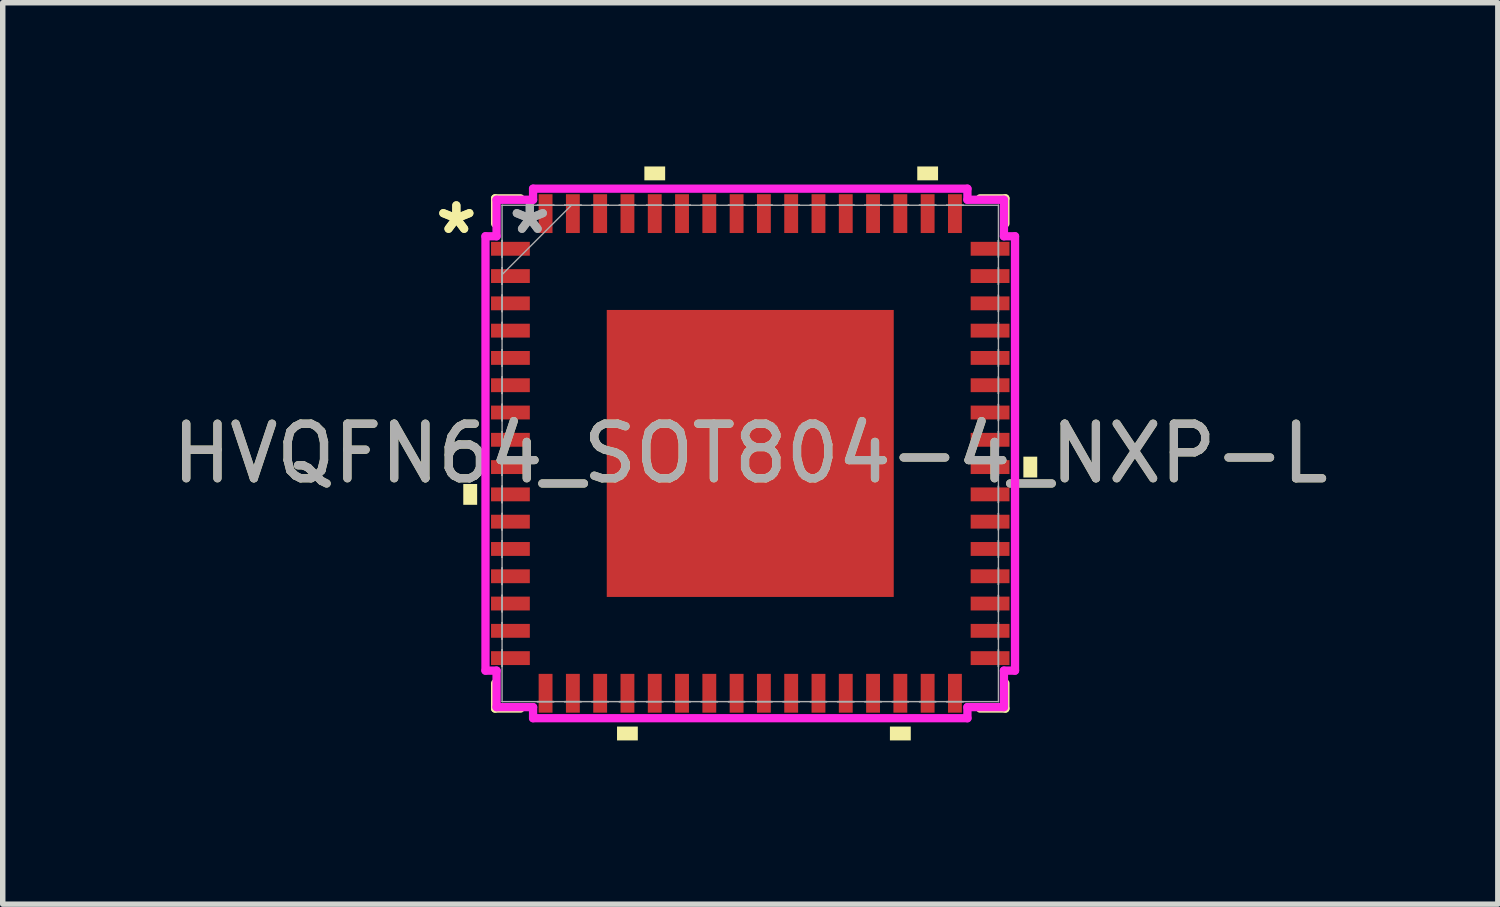
<source format=kicad_pcb>
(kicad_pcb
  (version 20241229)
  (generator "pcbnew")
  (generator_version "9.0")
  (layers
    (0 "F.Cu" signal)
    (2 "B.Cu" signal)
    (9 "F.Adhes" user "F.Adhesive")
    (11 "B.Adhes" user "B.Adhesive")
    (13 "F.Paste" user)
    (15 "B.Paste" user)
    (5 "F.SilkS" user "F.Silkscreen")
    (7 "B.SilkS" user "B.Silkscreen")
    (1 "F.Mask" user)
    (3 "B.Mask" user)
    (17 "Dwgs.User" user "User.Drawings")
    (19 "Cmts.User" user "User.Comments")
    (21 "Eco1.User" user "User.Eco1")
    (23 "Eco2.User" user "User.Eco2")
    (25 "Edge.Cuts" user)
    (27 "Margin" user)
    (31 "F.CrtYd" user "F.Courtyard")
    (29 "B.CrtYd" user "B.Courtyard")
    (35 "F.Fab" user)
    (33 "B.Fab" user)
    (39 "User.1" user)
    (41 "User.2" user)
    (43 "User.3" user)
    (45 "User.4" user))
  (footprint "HVQFN64_SOT804-4_NXP-L"
    (layer "F.Cu")
    (at 10.696 5.258)
    (property "Reference" "HVQFN64_SOT804-4_NXP-L" (at 0 0 0) (unlocked yes) (layer "F.SilkS") (effects (font (size 1 1) (thickness 0.15))))
    (attr smd)
    (fp_line (start -4.674 -4.674) (end -4.674 -4.21) (stroke (width 0.152) (type solid)) (layer "F.SilkS"))
    (fp_line (start -4.674 4.21) (end -4.674 4.674) (stroke (width 0.152) (type solid)) (layer "F.SilkS"))
    (fp_line (start -4.674 4.674) (end -4.21 4.674) (stroke (width 0.152) (type solid)) (layer "F.SilkS"))
    (fp_line (start -4.21 -4.674) (end -4.674 -4.674) (stroke (width 0.152) (type solid)) (layer "F.SilkS"))
    (fp_line (start 4.21 4.674) (end 4.674 4.674) (stroke (width 0.152) (type solid)) (layer "F.SilkS"))
    (fp_line (start 4.674 -4.674) (end 4.21 -4.674) (stroke (width 0.152) (type solid)) (layer "F.SilkS"))
    (fp_line (start 4.674 -4.21) (end 4.674 -4.674) (stroke (width 0.152) (type solid)) (layer "F.SilkS"))
    (fp_line (start 4.674 4.674) (end 4.674 4.21) (stroke (width 0.152) (type solid)) (layer "F.SilkS"))
    (fp_poly (pts (xy -5.258 0.56) (xy -5.258 0.941) (xy -5.004 0.941) (xy -5.004 0.56)) (stroke (width 0) (type solid)) (fill yes) (layer "F.SilkS"))
    (fp_poly (pts (xy -2.441 5.004) (xy -2.441 5.258) (xy -2.06 5.258) (xy -2.06 5.004)) (stroke (width 0) (type solid)) (fill yes) (layer "F.SilkS"))
    (fp_poly (pts (xy -1.94 -5.004) (xy -1.94 -5.258) (xy -1.559 -5.258) (xy -1.559 -5.004)) (stroke (width 0) (type solid)) (fill yes) (layer "F.SilkS"))
    (fp_poly (pts (xy 2.559 5.004) (xy 2.559 5.258) (xy 2.941 5.258) (xy 2.941 5.004)) (stroke (width 0) (type solid)) (fill yes) (layer "F.SilkS"))
    (fp_poly (pts (xy 3.06 -5.004) (xy 3.06 -5.258) (xy 3.441 -5.258) (xy 3.441 -5.004)) (stroke (width 0) (type solid)) (fill yes) (layer "F.SilkS"))
    (fp_poly (pts (xy 5.258 0.059) (xy 5.258 0.441) (xy 5.004 0.441) (xy 5.004 0.059)) (stroke (width 0) (type solid)) (fill yes) (layer "F.SilkS"))
    (fp_poly (pts (xy -2.529 -2.529) (xy -2.529 -1.414) (xy -1.414 -1.414) (xy -1.414 -2.529)) (stroke (width 0) (type solid)) (fill yes) (layer "F.Paste"))
    (fp_poly (pts (xy -2.529 -1.214) (xy -2.529 -0.1) (xy -1.414 -0.1) (xy -1.414 -1.214)) (stroke (width 0) (type solid)) (fill yes) (layer "F.Paste"))
    (fp_poly (pts (xy -2.529 0.1) (xy -2.529 1.214) (xy -1.414 1.214) (xy -1.414 0.1)) (stroke (width 0) (type solid)) (fill yes) (layer "F.Paste"))
    (fp_poly (pts (xy -2.529 1.414) (xy -2.529 2.529) (xy -1.414 2.529) (xy -1.414 1.414)) (stroke (width 0) (type solid)) (fill yes) (layer "F.Paste"))
    (fp_poly (pts (xy -1.214 -2.529) (xy -1.214 -1.414) (xy -0.1 -1.414) (xy -0.1 -2.529)) (stroke (width 0) (type solid)) (fill yes) (layer "F.Paste"))
    (fp_poly (pts (xy -1.214 -1.214) (xy -1.214 -0.1) (xy -0.1 -0.1) (xy -0.1 -1.214)) (stroke (width 0) (type solid)) (fill yes) (layer "F.Paste"))
    (fp_poly (pts (xy -1.214 0.1) (xy -1.214 1.214) (xy -0.1 1.214) (xy -0.1 0.1)) (stroke (width 0) (type solid)) (fill yes) (layer "F.Paste"))
    (fp_poly (pts (xy -1.214 1.414) (xy -1.214 2.529) (xy -0.1 2.529) (xy -0.1 1.414)) (stroke (width 0) (type solid)) (fill yes) (layer "F.Paste"))
    (fp_poly (pts (xy 0.1 -2.529) (xy 0.1 -1.414) (xy 1.214 -1.414) (xy 1.214 -2.529)) (stroke (width 0) (type solid)) (fill yes) (layer "F.Paste"))
    (fp_poly (pts (xy 0.1 -1.214) (xy 0.1 -0.1) (xy 1.214 -0.1) (xy 1.214 -1.214)) (stroke (width 0) (type solid)) (fill yes) (layer "F.Paste"))
    (fp_poly (pts (xy 0.1 0.1) (xy 0.1 1.214) (xy 1.214 1.214) (xy 1.214 0.1)) (stroke (width 0) (type solid)) (fill yes) (layer "F.Paste"))
    (fp_poly (pts (xy 0.1 1.414) (xy 0.1 2.529) (xy 1.214 2.529) (xy 1.214 1.414)) (stroke (width 0) (type solid)) (fill yes) (layer "F.Paste"))
    (fp_poly (pts (xy 1.414 -2.529) (xy 1.414 -1.414) (xy 2.529 -1.414) (xy 2.529 -2.529)) (stroke (width 0) (type solid)) (fill yes) (layer "F.Paste"))
    (fp_poly (pts (xy 1.414 -1.214) (xy 1.414 -0.1) (xy 2.529 -0.1) (xy 2.529 -1.214)) (stroke (width 0) (type solid)) (fill yes) (layer "F.Paste"))
    (fp_poly (pts (xy 1.414 0.1) (xy 1.414 1.214) (xy 2.529 1.214) (xy 2.529 0.1)) (stroke (width 0) (type solid)) (fill yes) (layer "F.Paste"))
    (fp_poly (pts (xy 1.414 1.414) (xy 1.414 2.529) (xy 2.529 2.529) (xy 2.529 1.414)) (stroke (width 0) (type solid)) (fill yes) (layer "F.Paste"))
    (fp_line (start -4.851 -3.979) (end -4.648 -3.979) (stroke (width 0.152) (type solid)) (layer "F.CrtYd"))
    (fp_line (start -4.851 3.979) (end -4.851 -3.979) (stroke (width 0.152) (type solid)) (layer "F.CrtYd"))
    (fp_line (start -4.648 -4.648) (end -3.979 -4.648) (stroke (width 0.152) (type solid)) (layer "F.CrtYd"))
    (fp_line (start -4.648 -3.979) (end -4.648 -4.648) (stroke (width 0.152) (type solid)) (layer "F.CrtYd"))
    (fp_line (start -4.648 3.979) (end -4.851 3.979) (stroke (width 0.152) (type solid)) (layer "F.CrtYd"))
    (fp_line (start -4.648 4.648) (end -4.648 3.979) (stroke (width 0.152) (type solid)) (layer "F.CrtYd"))
    (fp_line (start -3.979 -4.851) (end 3.979 -4.851) (stroke (width 0.152) (type solid)) (layer "F.CrtYd"))
    (fp_line (start -3.979 -4.648) (end -3.979 -4.851) (stroke (width 0.152) (type solid)) (layer "F.CrtYd"))
    (fp_line (start -3.979 4.648) (end -4.648 4.648) (stroke (width 0.152) (type solid)) (layer "F.CrtYd"))
    (fp_line (start -3.979 4.851) (end -3.979 4.648) (stroke (width 0.152) (type solid)) (layer "F.CrtYd"))
    (fp_line (start 3.979 -4.851) (end 3.979 -4.648) (stroke (width 0.152) (type solid)) (layer "F.CrtYd"))
    (fp_line (start 3.979 -4.648) (end 4.648 -4.648) (stroke (width 0.152) (type solid)) (layer "F.CrtYd"))
    (fp_line (start 3.979 4.648) (end 3.979 4.851) (stroke (width 0.152) (type solid)) (layer "F.CrtYd"))
    (fp_line (start 3.979 4.851) (end -3.979 4.851) (stroke (width 0.152) (type solid)) (layer "F.CrtYd"))
    (fp_line (start 4.648 -4.648) (end 4.648 -3.979) (stroke (width 0.152) (type solid)) (layer "F.CrtYd"))
    (fp_line (start 4.648 -3.979) (end 4.851 -3.979) (stroke (width 0.152) (type solid)) (layer "F.CrtYd"))
    (fp_line (start 4.648 3.979) (end 4.648 4.648) (stroke (width 0.152) (type solid)) (layer "F.CrtYd"))
    (fp_line (start 4.648 4.648) (end 3.979 4.648) (stroke (width 0.152) (type solid)) (layer "F.CrtYd"))
    (fp_line (start 4.851 -3.979) (end 4.851 3.979) (stroke (width 0.152) (type solid)) (layer "F.CrtYd"))
    (fp_line (start 4.851 3.979) (end 4.648 3.979) (stroke (width 0.152) (type solid)) (layer "F.CrtYd"))
    (fp_line (start -4.547 -4.547) (end -4.547 -4.547) (stroke (width 0.025) (type solid)) (layer "F.Fab"))
    (fp_line (start -4.547 -4.547) (end -4.547 4.547) (stroke (width 0.025) (type solid)) (layer "F.Fab"))
    (fp_line (start -4.547 -3.902) (end -4.547 -3.902) (stroke (width 0.025) (type solid)) (layer "F.Fab"))
    (fp_line (start -4.547 -3.902) (end -4.547 -3.598) (stroke (width 0.025) (type solid)) (layer "F.Fab"))
    (fp_line (start -4.547 -3.598) (end -4.547 -3.902) (stroke (width 0.025) (type solid)) (layer "F.Fab"))
    (fp_line (start -4.547 -3.598) (end -4.547 -3.598) (stroke (width 0.025) (type solid)) (layer "F.Fab"))
    (fp_line (start -4.547 -3.402) (end -4.547 -3.402) (stroke (width 0.025) (type solid)) (layer "F.Fab"))
    (fp_line (start -4.547 -3.402) (end -4.547 -3.098) (stroke (width 0.025) (type solid)) (layer "F.Fab"))
    (fp_line (start -4.547 -3.277) (end -3.277 -4.547) (stroke (width 0.025) (type solid)) (layer "F.Fab"))
    (fp_line (start -4.547 -3.098) (end -4.547 -3.402) (stroke (width 0.025) (type solid)) (layer "F.Fab"))
    (fp_line (start -4.547 -3.098) (end -4.547 -3.098) (stroke (width 0.025) (type solid)) (layer "F.Fab"))
    (fp_line (start -4.547 -2.902) (end -4.547 -2.902) (stroke (width 0.025) (type solid)) (layer "F.Fab"))
    (fp_line (start -4.547 -2.902) (end -4.547 -2.598) (stroke (width 0.025) (type solid)) (layer "F.Fab"))
    (fp_line (start -4.547 -2.598) (end -4.547 -2.902) (stroke (width 0.025) (type solid)) (layer "F.Fab"))
    (fp_line (start -4.547 -2.598) (end -4.547 -2.598) (stroke (width 0.025) (type solid)) (layer "F.Fab"))
    (fp_line (start -4.547 -2.402) (end -4.547 -2.402) (stroke (width 0.025) (type solid)) (layer "F.Fab"))
    (fp_line (start -4.547 -2.402) (end -4.547 -2.098) (stroke (width 0.025) (type solid)) (layer "F.Fab"))
    (fp_line (start -4.547 -2.098) (end -4.547 -2.402) (stroke (width 0.025) (type solid)) (layer "F.Fab"))
    (fp_line (start -4.547 -2.098) (end -4.547 -2.098) (stroke (width 0.025) (type solid)) (layer "F.Fab"))
    (fp_line (start -4.547 -1.902) (end -4.547 -1.902) (stroke (width 0.025) (type solid)) (layer "F.Fab"))
    (fp_line (start -4.547 -1.902) (end -4.547 -1.598) (stroke (width 0.025) (type solid)) (layer "F.Fab"))
    (fp_line (start -4.547 -1.598) (end -4.547 -1.902) (stroke (width 0.025) (type solid)) (layer "F.Fab"))
    (fp_line (start -4.547 -1.598) (end -4.547 -1.598) (stroke (width 0.025) (type solid)) (layer "F.Fab"))
    (fp_line (start -4.547 -1.402) (end -4.547 -1.402) (stroke (width 0.025) (type solid)) (layer "F.Fab"))
    (fp_line (start -4.547 -1.402) (end -4.547 -1.098) (stroke (width 0.025) (type solid)) (layer "F.Fab"))
    (fp_line (start -4.547 -1.098) (end -4.547 -1.402) (stroke (width 0.025) (type solid)) (layer "F.Fab"))
    (fp_line (start -4.547 -1.098) (end -4.547 -1.098) (stroke (width 0.025) (type solid)) (layer "F.Fab"))
    (fp_line (start -4.547 -0.902) (end -4.547 -0.902) (stroke (width 0.025) (type solid)) (layer "F.Fab"))
    (fp_line (start -4.547 -0.902) (end -4.547 -0.598) (stroke (width 0.025) (type solid)) (layer "F.Fab"))
    (fp_line (start -4.547 -0.598) (end -4.547 -0.902) (stroke (width 0.025) (type solid)) (layer "F.Fab"))
    (fp_line (start -4.547 -0.598) (end -4.547 -0.598) (stroke (width 0.025) (type solid)) (layer "F.Fab"))
    (fp_line (start -4.547 -0.402) (end -4.547 -0.402) (stroke (width 0.025) (type solid)) (layer "F.Fab"))
    (fp_line (start -4.547 -0.402) (end -4.547 -0.098) (stroke (width 0.025) (type solid)) (layer "F.Fab"))
    (fp_line (start -4.547 -0.098) (end -4.547 -0.402) (stroke (width 0.025) (type solid)) (layer "F.Fab"))
    (fp_line (start -4.547 -0.098) (end -4.547 -0.098) (stroke (width 0.025) (type solid)) (layer "F.Fab"))
    (fp_line (start -4.547 0.098) (end -4.547 0.098) (stroke (width 0.025) (type solid)) (layer "F.Fab"))
    (fp_line (start -4.547 0.098) (end -4.547 0.402) (stroke (width 0.025) (type solid)) (layer "F.Fab"))
    (fp_line (start -4.547 0.402) (end -4.547 0.098) (stroke (width 0.025) (type solid)) (layer "F.Fab"))
    (fp_line (start -4.547 0.402) (end -4.547 0.402) (stroke (width 0.025) (type solid)) (layer "F.Fab"))
    (fp_line (start -4.547 0.598) (end -4.547 0.598) (stroke (width 0.025) (type solid)) (layer "F.Fab"))
    (fp_line (start -4.547 0.598) (end -4.547 0.902) (stroke (width 0.025) (type solid)) (layer "F.Fab"))
    (fp_line (start -4.547 0.902) (end -4.547 0.598) (stroke (width 0.025) (type solid)) (layer "F.Fab"))
    (fp_line (start -4.547 0.902) (end -4.547 0.902) (stroke (width 0.025) (type solid)) (layer "F.Fab"))
    (fp_line (start -4.547 1.098) (end -4.547 1.098) (stroke (width 0.025) (type solid)) (layer "F.Fab"))
    (fp_line (start -4.547 1.098) (end -4.547 1.402) (stroke (width 0.025) (type solid)) (layer "F.Fab"))
    (fp_line (start -4.547 1.402) (end -4.547 1.098) (stroke (width 0.025) (type solid)) (layer "F.Fab"))
    (fp_line (start -4.547 1.402) (end -4.547 1.402) (stroke (width 0.025) (type solid)) (layer "F.Fab"))
    (fp_line (start -4.547 1.598) (end -4.547 1.598) (stroke (width 0.025) (type solid)) (layer "F.Fab"))
    (fp_line (start -4.547 1.598) (end -4.547 1.902) (stroke (width 0.025) (type solid)) (layer "F.Fab"))
    (fp_line (start -4.547 1.902) (end -4.547 1.598) (stroke (width 0.025) (type solid)) (layer "F.Fab"))
    (fp_line (start -4.547 1.902) (end -4.547 1.902) (stroke (width 0.025) (type solid)) (layer "F.Fab"))
    (fp_line (start -4.547 2.098) (end -4.547 2.098) (stroke (width 0.025) (type solid)) (layer "F.Fab"))
    (fp_line (start -4.547 2.098) (end -4.547 2.402) (stroke (width 0.025) (type solid)) (layer "F.Fab"))
    (fp_line (start -4.547 2.402) (end -4.547 2.098) (stroke (width 0.025) (type solid)) (layer "F.Fab"))
    (fp_line (start -4.547 2.402) (end -4.547 2.402) (stroke (width 0.025) (type solid)) (layer "F.Fab"))
    (fp_line (start -4.547 2.598) (end -4.547 2.598) (stroke (width 0.025) (type solid)) (layer "F.Fab"))
    (fp_line (start -4.547 2.598) (end -4.547 2.902) (stroke (width 0.025) (type solid)) (layer "F.Fab"))
    (fp_line (start -4.547 2.902) (end -4.547 2.598) (stroke (width 0.025) (type solid)) (layer "F.Fab"))
    (fp_line (start -4.547 2.902) (end -4.547 2.902) (stroke (width 0.025) (type solid)) (layer "F.Fab"))
    (fp_line (start -4.547 3.098) (end -4.547 3.098) (stroke (width 0.025) (type solid)) (layer "F.Fab"))
    (fp_line (start -4.547 3.098) (end -4.547 3.402) (stroke (width 0.025) (type solid)) (layer "F.Fab"))
    (fp_line (start -4.547 3.402) (end -4.547 3.098) (stroke (width 0.025) (type solid)) (layer "F.Fab"))
    (fp_line (start -4.547 3.402) (end -4.547 3.402) (stroke (width 0.025) (type solid)) (layer "F.Fab"))
    (fp_line (start -4.547 3.598) (end -4.547 3.598) (stroke (width 0.025) (type solid)) (layer "F.Fab"))
    (fp_line (start -4.547 3.598) (end -4.547 3.902) (stroke (width 0.025) (type solid)) (layer "F.Fab"))
    (fp_line (start -4.547 3.902) (end -4.547 3.598) (stroke (width 0.025) (type solid)) (layer "F.Fab"))
    (fp_line (start -4.547 3.902) (end -4.547 3.902) (stroke (width 0.025) (type solid)) (layer "F.Fab"))
    (fp_line (start -4.547 4.547) (end -4.547 4.547) (stroke (width 0.025) (type solid)) (layer "F.Fab"))
    (fp_line (start -4.547 4.547) (end 4.547 4.547) (stroke (width 0.025) (type solid)) (layer "F.Fab"))
    (fp_line (start -3.902 -4.547) (end -3.902 -4.547) (stroke (width 0.025) (type solid)) (layer "F.Fab"))
    (fp_line (start -3.902 -4.547) (end -3.598 -4.547) (stroke (width 0.025) (type solid)) (layer "F.Fab"))
    (fp_line (start -3.902 4.547) (end -3.902 4.547) (stroke (width 0.025) (type solid)) (layer "F.Fab"))
    (fp_line (start -3.902 4.547) (end -3.598 4.547) (stroke (width 0.025) (type solid)) (layer "F.Fab"))
    (fp_line (start -3.598 -4.547) (end -3.902 -4.547) (stroke (width 0.025) (type solid)) (layer "F.Fab"))
    (fp_line (start -3.598 -4.547) (end -3.598 -4.547) (stroke (width 0.025) (type solid)) (layer "F.Fab"))
    (fp_line (start -3.598 4.547) (end -3.902 4.547) (stroke (width 0.025) (type solid)) (layer "F.Fab"))
    (fp_line (start -3.598 4.547) (end -3.598 4.547) (stroke (width 0.025) (type solid)) (layer "F.Fab"))
    (fp_line (start -3.402 -4.547) (end -3.402 -4.547) (stroke (width 0.025) (type solid)) (layer "F.Fab"))
    (fp_line (start -3.402 -4.547) (end -3.098 -4.547) (stroke (width 0.025) (type solid)) (layer "F.Fab"))
    (fp_line (start -3.402 4.547) (end -3.402 4.547) (stroke (width 0.025) (type solid)) (layer "F.Fab"))
    (fp_line (start -3.402 4.547) (end -3.098 4.547) (stroke (width 0.025) (type solid)) (layer "F.Fab"))
    (fp_line (start -3.098 -4.547) (end -3.402 -4.547) (stroke (width 0.025) (type solid)) (layer "F.Fab"))
    (fp_line (start -3.098 -4.547) (end -3.098 -4.547) (stroke (width 0.025) (type solid)) (layer "F.Fab"))
    (fp_line (start -3.098 4.547) (end -3.402 4.547) (stroke (width 0.025) (type solid)) (layer "F.Fab"))
    (fp_line (start -3.098 4.547) (end -3.098 4.547) (stroke (width 0.025) (type solid)) (layer "F.Fab"))
    (fp_line (start -2.902 -4.547) (end -2.902 -4.547) (stroke (width 0.025) (type solid)) (layer "F.Fab"))
    (fp_line (start -2.902 -4.547) (end -2.598 -4.547) (stroke (width 0.025) (type solid)) (layer "F.Fab"))
    (fp_line (start -2.902 4.547) (end -2.902 4.547) (stroke (width 0.025) (type solid)) (layer "F.Fab"))
    (fp_line (start -2.902 4.547) (end -2.598 4.547) (stroke (width 0.025) (type solid)) (layer "F.Fab"))
    (fp_line (start -2.598 -4.547) (end -2.902 -4.547) (stroke (width 0.025) (type solid)) (layer "F.Fab"))
    (fp_line (start -2.598 -4.547) (end -2.598 -4.547) (stroke (width 0.025) (type solid)) (layer "F.Fab"))
    (fp_line (start -2.598 4.547) (end -2.902 4.547) (stroke (width 0.025) (type solid)) (layer "F.Fab"))
    (fp_line (start -2.598 4.547) (end -2.598 4.547) (stroke (width 0.025) (type solid)) (layer "F.Fab"))
    (fp_line (start -2.402 -4.547) (end -2.402 -4.547) (stroke (width 0.025) (type solid)) (layer "F.Fab"))
    (fp_line (start -2.402 -4.547) (end -2.098 -4.547) (stroke (width 0.025) (type solid)) (layer "F.Fab"))
    (fp_line (start -2.402 4.547) (end -2.402 4.547) (stroke (width 0.025) (type solid)) (layer "F.Fab"))
    (fp_line (start -2.402 4.547) (end -2.098 4.547) (stroke (width 0.025) (type solid)) (layer "F.Fab"))
    (fp_line (start -2.098 -4.547) (end -2.402 -4.547) (stroke (width 0.025) (type solid)) (layer "F.Fab"))
    (fp_line (start -2.098 -4.547) (end -2.098 -4.547) (stroke (width 0.025) (type solid)) (layer "F.Fab"))
    (fp_line (start -2.098 4.547) (end -2.402 4.547) (stroke (width 0.025) (type solid)) (layer "F.Fab"))
    (fp_line (start -2.098 4.547) (end -2.098 4.547) (stroke (width 0.025) (type solid)) (layer "F.Fab"))
    (fp_line (start -1.902 -4.547) (end -1.902 -4.547) (stroke (width 0.025) (type solid)) (layer "F.Fab"))
    (fp_line (start -1.902 -4.547) (end -1.598 -4.547) (stroke (width 0.025) (type solid)) (layer "F.Fab"))
    (fp_line (start -1.902 4.547) (end -1.902 4.547) (stroke (width 0.025) (type solid)) (layer "F.Fab"))
    (fp_line (start -1.902 4.547) (end -1.598 4.547) (stroke (width 0.025) (type solid)) (layer "F.Fab"))
    (fp_line (start -1.598 -4.547) (end -1.902 -4.547) (stroke (width 0.025) (type solid)) (layer "F.Fab"))
    (fp_line (start -1.598 -4.547) (end -1.598 -4.547) (stroke (width 0.025) (type solid)) (layer "F.Fab"))
    (fp_line (start -1.598 4.547) (end -1.902 4.547) (stroke (width 0.025) (type solid)) (layer "F.Fab"))
    (fp_line (start -1.598 4.547) (end -1.598 4.547) (stroke (width 0.025) (type solid)) (layer "F.Fab"))
    (fp_line (start -1.402 -4.547) (end -1.402 -4.547) (stroke (width 0.025) (type solid)) (layer "F.Fab"))
    (fp_line (start -1.402 -4.547) (end -1.098 -4.547) (stroke (width 0.025) (type solid)) (layer "F.Fab"))
    (fp_line (start -1.402 4.547) (end -1.402 4.547) (stroke (width 0.025) (type solid)) (layer "F.Fab"))
    (fp_line (start -1.402 4.547) (end -1.098 4.547) (stroke (width 0.025) (type solid)) (layer "F.Fab"))
    (fp_line (start -1.098 -4.547) (end -1.402 -4.547) (stroke (width 0.025) (type solid)) (layer "F.Fab"))
    (fp_line (start -1.098 -4.547) (end -1.098 -4.547) (stroke (width 0.025) (type solid)) (layer "F.Fab"))
    (fp_line (start -1.098 4.547) (end -1.402 4.547) (stroke (width 0.025) (type solid)) (layer "F.Fab"))
    (fp_line (start -1.098 4.547) (end -1.098 4.547) (stroke (width 0.025) (type solid)) (layer "F.Fab"))
    (fp_line (start -0.902 -4.547) (end -0.902 -4.547) (stroke (width 0.025) (type solid)) (layer "F.Fab"))
    (fp_line (start -0.902 -4.547) (end -0.598 -4.547) (stroke (width 0.025) (type solid)) (layer "F.Fab"))
    (fp_line (start -0.902 4.547) (end -0.902 4.547) (stroke (width 0.025) (type solid)) (layer "F.Fab"))
    (fp_line (start -0.902 4.547) (end -0.598 4.547) (stroke (width 0.025) (type solid)) (layer "F.Fab"))
    (fp_line (start -0.598 -4.547) (end -0.902 -4.547) (stroke (width 0.025) (type solid)) (layer "F.Fab"))
    (fp_line (start -0.598 -4.547) (end -0.598 -4.547) (stroke (width 0.025) (type solid)) (layer "F.Fab"))
    (fp_line (start -0.598 4.547) (end -0.902 4.547) (stroke (width 0.025) (type solid)) (layer "F.Fab"))
    (fp_line (start -0.598 4.547) (end -0.598 4.547) (stroke (width 0.025) (type solid)) (layer "F.Fab"))
    (fp_line (start -0.402 -4.547) (end -0.402 -4.547) (stroke (width 0.025) (type solid)) (layer "F.Fab"))
    (fp_line (start -0.402 -4.547) (end -0.098 -4.547) (stroke (width 0.025) (type solid)) (layer "F.Fab"))
    (fp_line (start -0.402 4.547) (end -0.402 4.547) (stroke (width 0.025) (type solid)) (layer "F.Fab"))
    (fp_line (start -0.402 4.547) (end -0.098 4.547) (stroke (width 0.025) (type solid)) (layer "F.Fab"))
    (fp_line (start -0.098 -4.547) (end -0.402 -4.547) (stroke (width 0.025) (type solid)) (layer "F.Fab"))
    (fp_line (start -0.098 -4.547) (end -0.098 -4.547) (stroke (width 0.025) (type solid)) (layer "F.Fab"))
    (fp_line (start -0.098 4.547) (end -0.402 4.547) (stroke (width 0.025) (type solid)) (layer "F.Fab"))
    (fp_line (start -0.098 4.547) (end -0.098 4.547) (stroke (width 0.025) (type solid)) (layer "F.Fab"))
    (fp_line (start 0.098 -4.547) (end 0.098 -4.547) (stroke (width 0.025) (type solid)) (layer "F.Fab"))
    (fp_line (start 0.098 -4.547) (end 0.402 -4.547) (stroke (width 0.025) (type solid)) (layer "F.Fab"))
    (fp_line (start 0.098 4.547) (end 0.098 4.547) (stroke (width 0.025) (type solid)) (layer "F.Fab"))
    (fp_line (start 0.098 4.547) (end 0.402 4.547) (stroke (width 0.025) (type solid)) (layer "F.Fab"))
    (fp_line (start 0.402 -4.547) (end 0.098 -4.547) (stroke (width 0.025) (type solid)) (layer "F.Fab"))
    (fp_line (start 0.402 -4.547) (end 0.402 -4.547) (stroke (width 0.025) (type solid)) (layer "F.Fab"))
    (fp_line (start 0.402 4.547) (end 0.098 4.547) (stroke (width 0.025) (type solid)) (layer "F.Fab"))
    (fp_line (start 0.402 4.547) (end 0.402 4.547) (stroke (width 0.025) (type solid)) (layer "F.Fab"))
    (fp_line (start 0.598 -4.547) (end 0.598 -4.547) (stroke (width 0.025) (type solid)) (layer "F.Fab"))
    (fp_line (start 0.598 -4.547) (end 0.902 -4.547) (stroke (width 0.025) (type solid)) (layer "F.Fab"))
    (fp_line (start 0.598 4.547) (end 0.598 4.547) (stroke (width 0.025) (type solid)) (layer "F.Fab"))
    (fp_line (start 0.598 4.547) (end 0.902 4.547) (stroke (width 0.025) (type solid)) (layer "F.Fab"))
    (fp_line (start 0.902 -4.547) (end 0.598 -4.547) (stroke (width 0.025) (type solid)) (layer "F.Fab"))
    (fp_line (start 0.902 -4.547) (end 0.902 -4.547) (stroke (width 0.025) (type solid)) (layer "F.Fab"))
    (fp_line (start 0.902 4.547) (end 0.598 4.547) (stroke (width 0.025) (type solid)) (layer "F.Fab"))
    (fp_line (start 0.902 4.547) (end 0.902 4.547) (stroke (width 0.025) (type solid)) (layer "F.Fab"))
    (fp_line (start 1.098 -4.547) (end 1.098 -4.547) (stroke (width 0.025) (type solid)) (layer "F.Fab"))
    (fp_line (start 1.098 -4.547) (end 1.402 -4.547) (stroke (width 0.025) (type solid)) (layer "F.Fab"))
    (fp_line (start 1.098 4.547) (end 1.098 4.547) (stroke (width 0.025) (type solid)) (layer "F.Fab"))
    (fp_line (start 1.098 4.547) (end 1.402 4.547) (stroke (width 0.025) (type solid)) (layer "F.Fab"))
    (fp_line (start 1.402 -4.547) (end 1.098 -4.547) (stroke (width 0.025) (type solid)) (layer "F.Fab"))
    (fp_line (start 1.402 -4.547) (end 1.402 -4.547) (stroke (width 0.025) (type solid)) (layer "F.Fab"))
    (fp_line (start 1.402 4.547) (end 1.098 4.547) (stroke (width 0.025) (type solid)) (layer "F.Fab"))
    (fp_line (start 1.402 4.547) (end 1.402 4.547) (stroke (width 0.025) (type solid)) (layer "F.Fab"))
    (fp_line (start 1.598 -4.547) (end 1.598 -4.547) (stroke (width 0.025) (type solid)) (layer "F.Fab"))
    (fp_line (start 1.598 -4.547) (end 1.902 -4.547) (stroke (width 0.025) (type solid)) (layer "F.Fab"))
    (fp_line (start 1.598 4.547) (end 1.598 4.547) (stroke (width 0.025) (type solid)) (layer "F.Fab"))
    (fp_line (start 1.598 4.547) (end 1.902 4.547) (stroke (width 0.025) (type solid)) (layer "F.Fab"))
    (fp_line (start 1.902 -4.547) (end 1.598 -4.547) (stroke (width 0.025) (type solid)) (layer "F.Fab"))
    (fp_line (start 1.902 -4.547) (end 1.902 -4.547) (stroke (width 0.025) (type solid)) (layer "F.Fab"))
    (fp_line (start 1.902 4.547) (end 1.598 4.547) (stroke (width 0.025) (type solid)) (layer "F.Fab"))
    (fp_line (start 1.902 4.547) (end 1.902 4.547) (stroke (width 0.025) (type solid)) (layer "F.Fab"))
    (fp_line (start 2.098 -4.547) (end 2.098 -4.547) (stroke (width 0.025) (type solid)) (layer "F.Fab"))
    (fp_line (start 2.098 -4.547) (end 2.402 -4.547) (stroke (width 0.025) (type solid)) (layer "F.Fab"))
    (fp_line (start 2.098 4.547) (end 2.098 4.547) (stroke (width 0.025) (type solid)) (layer "F.Fab"))
    (fp_line (start 2.098 4.547) (end 2.402 4.547) (stroke (width 0.025) (type solid)) (layer "F.Fab"))
    (fp_line (start 2.402 -4.547) (end 2.098 -4.547) (stroke (width 0.025) (type solid)) (layer "F.Fab"))
    (fp_line (start 2.402 -4.547) (end 2.402 -4.547) (stroke (width 0.025) (type solid)) (layer "F.Fab"))
    (fp_line (start 2.402 4.547) (end 2.098 4.547) (stroke (width 0.025) (type solid)) (layer "F.Fab"))
    (fp_line (start 2.402 4.547) (end 2.402 4.547) (stroke (width 0.025) (type solid)) (layer "F.Fab"))
    (fp_line (start 2.598 -4.547) (end 2.598 -4.547) (stroke (width 0.025) (type solid)) (layer "F.Fab"))
    (fp_line (start 2.598 -4.547) (end 2.902 -4.547) (stroke (width 0.025) (type solid)) (layer "F.Fab"))
    (fp_line (start 2.598 4.547) (end 2.598 4.547) (stroke (width 0.025) (type solid)) (layer "F.Fab"))
    (fp_line (start 2.598 4.547) (end 2.902 4.547) (stroke (width 0.025) (type solid)) (layer "F.Fab"))
    (fp_line (start 2.902 -4.547) (end 2.598 -4.547) (stroke (width 0.025) (type solid)) (layer "F.Fab"))
    (fp_line (start 2.902 -4.547) (end 2.902 -4.547) (stroke (width 0.025) (type solid)) (layer "F.Fab"))
    (fp_line (start 2.902 4.547) (end 2.598 4.547) (stroke (width 0.025) (type solid)) (layer "F.Fab"))
    (fp_line (start 2.902 4.547) (end 2.902 4.547) (stroke (width 0.025) (type solid)) (layer "F.Fab"))
    (fp_line (start 3.098 -4.547) (end 3.098 -4.547) (stroke (width 0.025) (type solid)) (layer "F.Fab"))
    (fp_line (start 3.098 -4.547) (end 3.402 -4.547) (stroke (width 0.025) (type solid)) (layer "F.Fab"))
    (fp_line (start 3.098 4.547) (end 3.098 4.547) (stroke (width 0.025) (type solid)) (layer "F.Fab"))
    (fp_line (start 3.098 4.547) (end 3.402 4.547) (stroke (width 0.025) (type solid)) (layer "F.Fab"))
    (fp_line (start 3.402 -4.547) (end 3.098 -4.547) (stroke (width 0.025) (type solid)) (layer "F.Fab"))
    (fp_line (start 3.402 -4.547) (end 3.402 -4.547) (stroke (width 0.025) (type solid)) (layer "F.Fab"))
    (fp_line (start 3.402 4.547) (end 3.098 4.547) (stroke (width 0.025) (type solid)) (layer "F.Fab"))
    (fp_line (start 3.402 4.547) (end 3.402 4.547) (stroke (width 0.025) (type solid)) (layer "F.Fab"))
    (fp_line (start 3.598 -4.547) (end 3.598 -4.547) (stroke (width 0.025) (type solid)) (layer "F.Fab"))
    (fp_line (start 3.598 -4.547) (end 3.902 -4.547) (stroke (width 0.025) (type solid)) (layer "F.Fab"))
    (fp_line (start 3.598 4.547) (end 3.598 4.547) (stroke (width 0.025) (type solid)) (layer "F.Fab"))
    (fp_line (start 3.598 4.547) (end 3.902 4.547) (stroke (width 0.025) (type solid)) (layer "F.Fab"))
    (fp_line (start 3.902 -4.547) (end 3.598 -4.547) (stroke (width 0.025) (type solid)) (layer "F.Fab"))
    (fp_line (start 3.902 -4.547) (end 3.902 -4.547) (stroke (width 0.025) (type solid)) (layer "F.Fab"))
    (fp_line (start 3.902 4.547) (end 3.598 4.547) (stroke (width 0.025) (type solid)) (layer "F.Fab"))
    (fp_line (start 3.902 4.547) (end 3.902 4.547) (stroke (width 0.025) (type solid)) (layer "F.Fab"))
    (fp_line (start 4.547 -4.547) (end -4.547 -4.547) (stroke (width 0.025) (type solid)) (layer "F.Fab"))
    (fp_line (start 4.547 -4.547) (end 4.547 -4.547) (stroke (width 0.025) (type solid)) (layer "F.Fab"))
    (fp_line (start 4.547 -3.902) (end 4.547 -3.902) (stroke (width 0.025) (type solid)) (layer "F.Fab"))
    (fp_line (start 4.547 -3.902) (end 4.547 -3.598) (stroke (width 0.025) (type solid)) (layer "F.Fab"))
    (fp_line (start 4.547 -3.598) (end 4.547 -3.902) (stroke (width 0.025) (type solid)) (layer "F.Fab"))
    (fp_line (start 4.547 -3.598) (end 4.547 -3.598) (stroke (width 0.025) (type solid)) (layer "F.Fab"))
    (fp_line (start 4.547 -3.402) (end 4.547 -3.402) (stroke (width 0.025) (type solid)) (layer "F.Fab"))
    (fp_line (start 4.547 -3.402) (end 4.547 -3.098) (stroke (width 0.025) (type solid)) (layer "F.Fab"))
    (fp_line (start 4.547 -3.098) (end 4.547 -3.402) (stroke (width 0.025) (type solid)) (layer "F.Fab"))
    (fp_line (start 4.547 -3.098) (end 4.547 -3.098) (stroke (width 0.025) (type solid)) (layer "F.Fab"))
    (fp_line (start 4.547 -2.902) (end 4.547 -2.902) (stroke (width 0.025) (type solid)) (layer "F.Fab"))
    (fp_line (start 4.547 -2.902) (end 4.547 -2.598) (stroke (width 0.025) (type solid)) (layer "F.Fab"))
    (fp_line (start 4.547 -2.598) (end 4.547 -2.902) (stroke (width 0.025) (type solid)) (layer "F.Fab"))
    (fp_line (start 4.547 -2.598) (end 4.547 -2.598) (stroke (width 0.025) (type solid)) (layer "F.Fab"))
    (fp_line (start 4.547 -2.402) (end 4.547 -2.402) (stroke (width 0.025) (type solid)) (layer "F.Fab"))
    (fp_line (start 4.547 -2.402) (end 4.547 -2.098) (stroke (width 0.025) (type solid)) (layer "F.Fab"))
    (fp_line (start 4.547 -2.098) (end 4.547 -2.402) (stroke (width 0.025) (type solid)) (layer "F.Fab"))
    (fp_line (start 4.547 -2.098) (end 4.547 -2.098) (stroke (width 0.025) (type solid)) (layer "F.Fab"))
    (fp_line (start 4.547 -1.902) (end 4.547 -1.902) (stroke (width 0.025) (type solid)) (layer "F.Fab"))
    (fp_line (start 4.547 -1.902) (end 4.547 -1.598) (stroke (width 0.025) (type solid)) (layer "F.Fab"))
    (fp_line (start 4.547 -1.598) (end 4.547 -1.902) (stroke (width 0.025) (type solid)) (layer "F.Fab"))
    (fp_line (start 4.547 -1.598) (end 4.547 -1.598) (stroke (width 0.025) (type solid)) (layer "F.Fab"))
    (fp_line (start 4.547 -1.402) (end 4.547 -1.402) (stroke (width 0.025) (type solid)) (layer "F.Fab"))
    (fp_line (start 4.547 -1.402) (end 4.547 -1.098) (stroke (width 0.025) (type solid)) (layer "F.Fab"))
    (fp_line (start 4.547 -1.098) (end 4.547 -1.402) (stroke (width 0.025) (type solid)) (layer "F.Fab"))
    (fp_line (start 4.547 -1.098) (end 4.547 -1.098) (stroke (width 0.025) (type solid)) (layer "F.Fab"))
    (fp_line (start 4.547 -0.902) (end 4.547 -0.902) (stroke (width 0.025) (type solid)) (layer "F.Fab"))
    (fp_line (start 4.547 -0.902) (end 4.547 -0.598) (stroke (width 0.025) (type solid)) (layer "F.Fab"))
    (fp_line (start 4.547 -0.598) (end 4.547 -0.902) (stroke (width 0.025) (type solid)) (layer "F.Fab"))
    (fp_line (start 4.547 -0.598) (end 4.547 -0.598) (stroke (width 0.025) (type solid)) (layer "F.Fab"))
    (fp_line (start 4.547 -0.402) (end 4.547 -0.402) (stroke (width 0.025) (type solid)) (layer "F.Fab"))
    (fp_line (start 4.547 -0.402) (end 4.547 -0.098) (stroke (width 0.025) (type solid)) (layer "F.Fab"))
    (fp_line (start 4.547 -0.098) (end 4.547 -0.402) (stroke (width 0.025) (type solid)) (layer "F.Fab"))
    (fp_line (start 4.547 -0.098) (end 4.547 -0.098) (stroke (width 0.025) (type solid)) (layer "F.Fab"))
    (fp_line (start 4.547 0.098) (end 4.547 0.098) (stroke (width 0.025) (type solid)) (layer "F.Fab"))
    (fp_line (start 4.547 0.098) (end 4.547 0.402) (stroke (width 0.025) (type solid)) (layer "F.Fab"))
    (fp_line (start 4.547 0.402) (end 4.547 0.098) (stroke (width 0.025) (type solid)) (layer "F.Fab"))
    (fp_line (start 4.547 0.402) (end 4.547 0.402) (stroke (width 0.025) (type solid)) (layer "F.Fab"))
    (fp_line (start 4.547 0.598) (end 4.547 0.598) (stroke (width 0.025) (type solid)) (layer "F.Fab"))
    (fp_line (start 4.547 0.598) (end 4.547 0.902) (stroke (width 0.025) (type solid)) (layer "F.Fab"))
    (fp_line (start 4.547 0.902) (end 4.547 0.598) (stroke (width 0.025) (type solid)) (layer "F.Fab"))
    (fp_line (start 4.547 0.902) (end 4.547 0.902) (stroke (width 0.025) (type solid)) (layer "F.Fab"))
    (fp_line (start 4.547 1.098) (end 4.547 1.098) (stroke (width 0.025) (type solid)) (layer "F.Fab"))
    (fp_line (start 4.547 1.098) (end 4.547 1.402) (stroke (width 0.025) (type solid)) (layer "F.Fab"))
    (fp_line (start 4.547 1.402) (end 4.547 1.098) (stroke (width 0.025) (type solid)) (layer "F.Fab"))
    (fp_line (start 4.547 1.402) (end 4.547 1.402) (stroke (width 0.025) (type solid)) (layer "F.Fab"))
    (fp_line (start 4.547 1.598) (end 4.547 1.598) (stroke (width 0.025) (type solid)) (layer "F.Fab"))
    (fp_line (start 4.547 1.598) (end 4.547 1.902) (stroke (width 0.025) (type solid)) (layer "F.Fab"))
    (fp_line (start 4.547 1.902) (end 4.547 1.598) (stroke (width 0.025) (type solid)) (layer "F.Fab"))
    (fp_line (start 4.547 1.902) (end 4.547 1.902) (stroke (width 0.025) (type solid)) (layer "F.Fab"))
    (fp_line (start 4.547 2.098) (end 4.547 2.098) (stroke (width 0.025) (type solid)) (layer "F.Fab"))
    (fp_line (start 4.547 2.098) (end 4.547 2.402) (stroke (width 0.025) (type solid)) (layer "F.Fab"))
    (fp_line (start 4.547 2.402) (end 4.547 2.098) (stroke (width 0.025) (type solid)) (layer "F.Fab"))
    (fp_line (start 4.547 2.402) (end 4.547 2.402) (stroke (width 0.025) (type solid)) (layer "F.Fab"))
    (fp_line (start 4.547 2.598) (end 4.547 2.598) (stroke (width 0.025) (type solid)) (layer "F.Fab"))
    (fp_line (start 4.547 2.598) (end 4.547 2.902) (stroke (width 0.025) (type solid)) (layer "F.Fab"))
    (fp_line (start 4.547 2.902) (end 4.547 2.598) (stroke (width 0.025) (type solid)) (layer "F.Fab"))
    (fp_line (start 4.547 2.902) (end 4.547 2.902) (stroke (width 0.025) (type solid)) (layer "F.Fab"))
    (fp_line (start 4.547 3.098) (end 4.547 3.098) (stroke (width 0.025) (type solid)) (layer "F.Fab"))
    (fp_line (start 4.547 3.098) (end 4.547 3.402) (stroke (width 0.025) (type solid)) (layer "F.Fab"))
    (fp_line (start 4.547 3.402) (end 4.547 3.098) (stroke (width 0.025) (type solid)) (layer "F.Fab"))
    (fp_line (start 4.547 3.402) (end 4.547 3.402) (stroke (width 0.025) (type solid)) (layer "F.Fab"))
    (fp_line (start 4.547 3.598) (end 4.547 3.598) (stroke (width 0.025) (type solid)) (layer "F.Fab"))
    (fp_line (start 4.547 3.598) (end 4.547 3.902) (stroke (width 0.025) (type solid)) (layer "F.Fab"))
    (fp_line (start 4.547 3.902) (end 4.547 3.598) (stroke (width 0.025) (type solid)) (layer "F.Fab"))
    (fp_line (start 4.547 3.902) (end 4.547 3.902) (stroke (width 0.025) (type solid)) (layer "F.Fab"))
    (fp_line (start 4.547 4.547) (end 4.547 -4.547) (stroke (width 0.025) (type solid)) (layer "F.Fab"))
    (fp_line (start 4.547 4.547) (end 4.547 4.547) (stroke (width 0.025) (type solid)) (layer "F.Fab"))
    (fp_text user "*" (at -5.385 -4 0) (layer "F.SilkS") (effects (font (size 1 1) (thickness 0.15))))
    (fp_text user "*" (at -5.385 -4 0) (unlocked yes) (layer "F.SilkS") (effects (font (size 1 1) (thickness 0.15))))
    (fp_text user "${REFERENCE}" (at 0 0 0) (unlocked yes) (layer "F.Fab") (effects (font (size 1 1) (thickness 0.15))))
    (fp_text user "*" (at -4.039 -4 0) (layer "F.Fab") (effects (font (size 1 1) (thickness 0.15))))
    (fp_text user "*" (at -4.039 -4 0) (unlocked yes) (layer "F.Fab") (effects (font (size 1 1) (thickness 0.15))))
    (pad "1" smd rect (at -4.394 -3.75 90) (size 0.254 0.711) (layers "F.Cu" "F.Mask" "F.Paste"))
    (pad "2" smd rect (at -4.394 -3.25 90) (size 0.254 0.711) (layers "F.Cu" "F.Mask" "F.Paste"))
    (pad "3" smd rect (at -4.394 -2.75 90) (size 0.254 0.711) (layers "F.Cu" "F.Mask" "F.Paste"))
    (pad "4" smd rect (at -4.394 -2.25 90) (size 0.254 0.711) (layers "F.Cu" "F.Mask" "F.Paste"))
    (pad "5" smd rect (at -4.394 -1.75 90) (size 0.254 0.711) (layers "F.Cu" "F.Mask" "F.Paste"))
    (pad "6" smd rect (at -4.394 -1.25 90) (size 0.254 0.711) (layers "F.Cu" "F.Mask" "F.Paste"))
    (pad "7" smd rect (at -4.394 -0.75 90) (size 0.254 0.711) (layers "F.Cu" "F.Mask" "F.Paste"))
    (pad "8" smd rect (at -4.394 -0.25 90) (size 0.254 0.711) (layers "F.Cu" "F.Mask" "F.Paste"))
    (pad "9" smd rect (at -4.394 0.25 90) (size 0.254 0.711) (layers "F.Cu" "F.Mask" "F.Paste"))
    (pad "10" smd rect (at -4.394 0.75 90) (size 0.254 0.711) (layers "F.Cu" "F.Mask" "F.Paste"))
    (pad "11" smd rect (at -4.394 1.25 90) (size 0.254 0.711) (layers "F.Cu" "F.Mask" "F.Paste"))
    (pad "12" smd rect (at -4.394 1.75 90) (size 0.254 0.711) (layers "F.Cu" "F.Mask" "F.Paste"))
    (pad "13" smd rect (at -4.394 2.25 90) (size 0.254 0.711) (layers "F.Cu" "F.Mask" "F.Paste"))
    (pad "14" smd rect (at -4.394 2.75 90) (size 0.254 0.711) (layers "F.Cu" "F.Mask" "F.Paste"))
    (pad "15" smd rect (at -4.394 3.25 90) (size 0.254 0.711) (layers "F.Cu" "F.Mask" "F.Paste"))
    (pad "16" smd rect (at -4.394 3.75 90) (size 0.254 0.711) (layers "F.Cu" "F.Mask" "F.Paste"))
    (pad "17" smd rect (at -3.75 4.394) (size 0.254 0.711) (layers "F.Cu" "F.Mask" "F.Paste"))
    (pad "18" smd rect (at -3.25 4.394) (size 0.254 0.711) (layers "F.Cu" "F.Mask" "F.Paste"))
    (pad "19" smd rect (at -2.75 4.394) (size 0.254 0.711) (layers "F.Cu" "F.Mask" "F.Paste"))
    (pad "20" smd rect (at -2.25 4.394) (size 0.254 0.711) (layers "F.Cu" "F.Mask" "F.Paste"))
    (pad "21" smd rect (at -1.75 4.394) (size 0.254 0.711) (layers "F.Cu" "F.Mask" "F.Paste"))
    (pad "22" smd rect (at -1.25 4.394) (size 0.254 0.711) (layers "F.Cu" "F.Mask" "F.Paste"))
    (pad "23" smd rect (at -0.75 4.394) (size 0.254 0.711) (layers "F.Cu" "F.Mask" "F.Paste"))
    (pad "24" smd rect (at -0.25 4.394) (size 0.254 0.711) (layers "F.Cu" "F.Mask" "F.Paste"))
    (pad "25" smd rect (at 0.25 4.394) (size 0.254 0.711) (layers "F.Cu" "F.Mask" "F.Paste"))
    (pad "26" smd rect (at 0.75 4.394) (size 0.254 0.711) (layers "F.Cu" "F.Mask" "F.Paste"))
    (pad "27" smd rect (at 1.25 4.394) (size 0.254 0.711) (layers "F.Cu" "F.Mask" "F.Paste"))
    (pad "28" smd rect (at 1.75 4.394) (size 0.254 0.711) (layers "F.Cu" "F.Mask" "F.Paste"))
    (pad "29" smd rect (at 2.25 4.394) (size 0.254 0.711) (layers "F.Cu" "F.Mask" "F.Paste"))
    (pad "30" smd rect (at 2.75 4.394) (size 0.254 0.711) (layers "F.Cu" "F.Mask" "F.Paste"))
    (pad "31" smd rect (at 3.25 4.394) (size 0.254 0.711) (layers "F.Cu" "F.Mask" "F.Paste"))
    (pad "32" smd rect (at 3.75 4.394) (size 0.254 0.711) (layers "F.Cu" "F.Mask" "F.Paste"))
    (pad "33" smd rect (at 4.394 3.75 90) (size 0.254 0.711) (layers "F.Cu" "F.Mask" "F.Paste"))
    (pad "34" smd rect (at 4.394 3.25 90) (size 0.254 0.711) (layers "F.Cu" "F.Mask" "F.Paste"))
    (pad "35" smd rect (at 4.394 2.75 90) (size 0.254 0.711) (layers "F.Cu" "F.Mask" "F.Paste"))
    (pad "36" smd rect (at 4.394 2.25 90) (size 0.254 0.711) (layers "F.Cu" "F.Mask" "F.Paste"))
    (pad "37" smd rect (at 4.394 1.75 90) (size 0.254 0.711) (layers "F.Cu" "F.Mask" "F.Paste"))
    (pad "38" smd rect (at 4.394 1.25 90) (size 0.254 0.711) (layers "F.Cu" "F.Mask" "F.Paste"))
    (pad "39" smd rect (at 4.394 0.75 90) (size 0.254 0.711) (layers "F.Cu" "F.Mask" "F.Paste"))
    (pad "40" smd rect (at 4.394 0.25 90) (size 0.254 0.711) (layers "F.Cu" "F.Mask" "F.Paste"))
    (pad "41" smd rect (at 4.394 -0.25 90) (size 0.254 0.711) (layers "F.Cu" "F.Mask" "F.Paste"))
    (pad "42" smd rect (at 4.394 -0.75 90) (size 0.254 0.711) (layers "F.Cu" "F.Mask" "F.Paste"))
    (pad "43" smd rect (at 4.394 -1.25 90) (size 0.254 0.711) (layers "F.Cu" "F.Mask" "F.Paste"))
    (pad "44" smd rect (at 4.394 -1.75 90) (size 0.254 0.711) (layers "F.Cu" "F.Mask" "F.Paste"))
    (pad "45" smd rect (at 4.394 -2.25 90) (size 0.254 0.711) (layers "F.Cu" "F.Mask" "F.Paste"))
    (pad "46" smd rect (at 4.394 -2.75 90) (size 0.254 0.711) (layers "F.Cu" "F.Mask" "F.Paste"))
    (pad "47" smd rect (at 4.394 -3.25 90) (size 0.254 0.711) (layers "F.Cu" "F.Mask" "F.Paste"))
    (pad "48" smd rect (at 4.394 -3.75 90) (size 0.254 0.711) (layers "F.Cu" "F.Mask" "F.Paste"))
    (pad "49" smd rect (at 3.75 -4.394) (size 0.254 0.711) (layers "F.Cu" "F.Mask" "F.Paste"))
    (pad "50" smd rect (at 3.25 -4.394) (size 0.254 0.711) (layers "F.Cu" "F.Mask" "F.Paste"))
    (pad "51" smd rect (at 2.75 -4.394) (size 0.254 0.711) (layers "F.Cu" "F.Mask" "F.Paste"))
    (pad "52" smd rect (at 2.25 -4.394) (size 0.254 0.711) (layers "F.Cu" "F.Mask" "F.Paste"))
    (pad "53" smd rect (at 1.75 -4.394) (size 0.254 0.711) (layers "F.Cu" "F.Mask" "F.Paste"))
    (pad "54" smd rect (at 1.25 -4.394) (size 0.254 0.711) (layers "F.Cu" "F.Mask" "F.Paste"))
    (pad "55" smd rect (at 0.75 -4.394) (size 0.254 0.711) (layers "F.Cu" "F.Mask" "F.Paste"))
    (pad "56" smd rect (at 0.25 -4.394) (size 0.254 0.711) (layers "F.Cu" "F.Mask" "F.Paste"))
    (pad "57" smd rect (at -0.25 -4.394) (size 0.254 0.711) (layers "F.Cu" "F.Mask" "F.Paste"))
    (pad "58" smd rect (at -0.75 -4.394) (size 0.254 0.711) (layers "F.Cu" "F.Mask" "F.Paste"))
    (pad "59" smd rect (at -1.25 -4.394) (size 0.254 0.711) (layers "F.Cu" "F.Mask" "F.Paste"))
    (pad "60" smd rect (at -1.75 -4.394) (size 0.254 0.711) (layers "F.Cu" "F.Mask" "F.Paste"))
    (pad "61" smd rect (at -2.25 -4.394) (size 0.254 0.711) (layers "F.Cu" "F.Mask" "F.Paste"))
    (pad "62" smd rect (at -2.75 -4.394) (size 0.254 0.711) (layers "F.Cu" "F.Mask" "F.Paste"))
    (pad "63" smd rect (at -3.25 -4.394) (size 0.254 0.711) (layers "F.Cu" "F.Mask" "F.Paste"))
    (pad "64" smd rect (at -3.75 -4.394) (size 0.254 0.711) (layers "F.Cu" "F.Mask" "F.Paste"))
    (pad "65" smd rect (at 0 0) (size 5.258 5.258) (layers "F.Cu" "F.Mask" "F.Paste")))
  (gr_rect
    (start -3 -3)
    (end 24.393 13.516)
    (stroke (width 0.1) (type default))
    (fill no)
    (layer "Edge.Cuts")))
</source>
